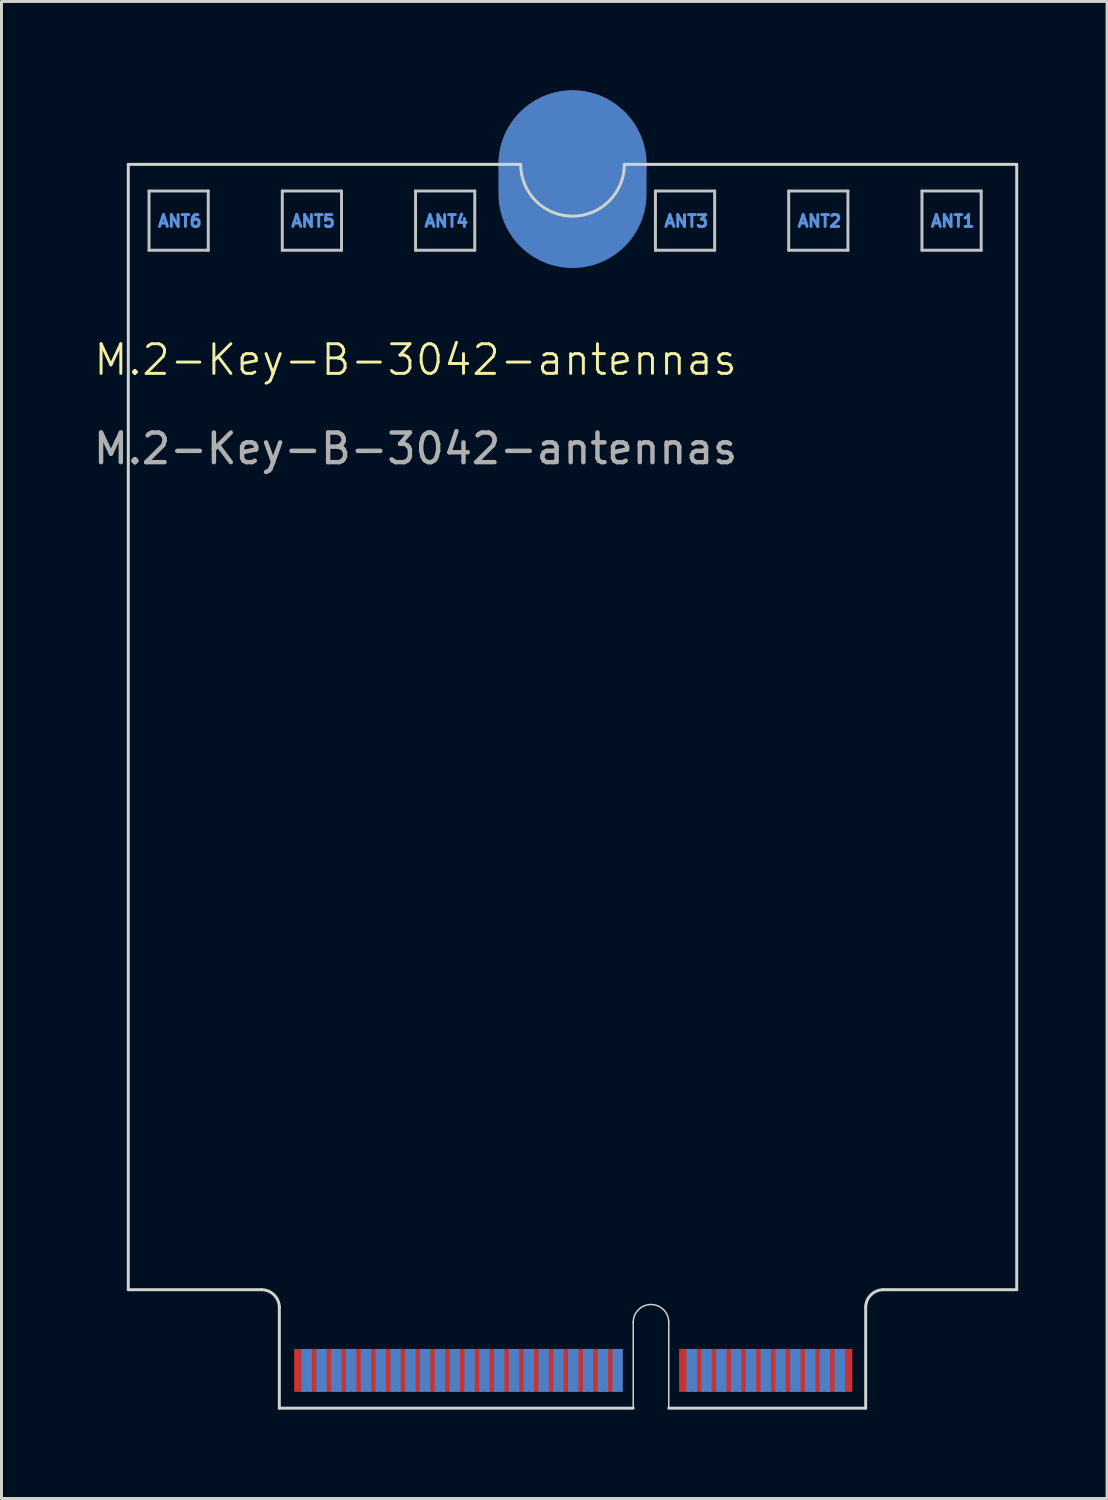
<source format=kicad_pcb>
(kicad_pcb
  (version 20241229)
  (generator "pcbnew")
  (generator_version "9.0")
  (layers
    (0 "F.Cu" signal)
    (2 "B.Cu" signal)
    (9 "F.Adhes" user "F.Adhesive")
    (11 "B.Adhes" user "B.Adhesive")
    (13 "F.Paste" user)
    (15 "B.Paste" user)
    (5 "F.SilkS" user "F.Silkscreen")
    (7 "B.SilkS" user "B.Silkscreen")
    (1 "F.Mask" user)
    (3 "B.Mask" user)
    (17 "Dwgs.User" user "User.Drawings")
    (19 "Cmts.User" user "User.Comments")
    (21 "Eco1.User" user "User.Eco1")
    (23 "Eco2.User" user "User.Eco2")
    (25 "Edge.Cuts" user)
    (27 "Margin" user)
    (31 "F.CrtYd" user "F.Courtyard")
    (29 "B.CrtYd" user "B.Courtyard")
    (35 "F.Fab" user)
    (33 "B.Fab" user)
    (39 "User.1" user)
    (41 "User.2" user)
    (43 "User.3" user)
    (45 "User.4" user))
  (footprint "M.2-Key-B-3042-antennas"
    (layer "F.Cu")
    (at 0.282 1.5)
    (property "Reference" "M.2-Key-B-3042-antennas" (at 10.7 7.6 0) (unlocked yes) (layer "F.SilkS") (effects (font (size 1 1) (thickness 0.1))))
    (attr exclude_from_pos_files exclude_from_bom allow_missing_courtyard)
    (fp_line (start 1.7 1.9) (end 3.7 1.9) (stroke (width 0.1) (type default)) (layer "Dwgs.User"))
    (fp_line (start 1.7 3.9) (end 1.7 1.9) (stroke (width 0.1) (type default)) (layer "Dwgs.User"))
    (fp_line (start 3.7 1.9) (end 3.7 3.9) (stroke (width 0.1) (type default)) (layer "Dwgs.User"))
    (fp_line (start 3.7 3.9) (end 1.7 3.9) (stroke (width 0.1) (type default)) (layer "Dwgs.User"))
    (fp_line (start 6.2 1.9) (end 8.2 1.9) (stroke (width 0.1) (type default)) (layer "Dwgs.User"))
    (fp_line (start 6.2 3.9) (end 6.2 1.9) (stroke (width 0.1) (type default)) (layer "Dwgs.User"))
    (fp_line (start 8.2 1.9) (end 8.2 3.9) (stroke (width 0.1) (type default)) (layer "Dwgs.User"))
    (fp_line (start 8.2 3.9) (end 6.2 3.9) (stroke (width 0.1) (type default)) (layer "Dwgs.User"))
    (fp_line (start 10.7 1.9) (end 12.7 1.9) (stroke (width 0.1) (type default)) (layer "Dwgs.User"))
    (fp_line (start 10.7 3.9) (end 10.7 1.9) (stroke (width 0.1) (type default)) (layer "Dwgs.User"))
    (fp_line (start 12.7 1.9) (end 12.7 3.9) (stroke (width 0.1) (type default)) (layer "Dwgs.User"))
    (fp_line (start 12.7 3.9) (end 10.7 3.9) (stroke (width 0.1) (type default)) (layer "Dwgs.User"))
    (fp_line (start 18.8 1.9) (end 20.8 1.9) (stroke (width 0.1) (type default)) (layer "Dwgs.User"))
    (fp_line (start 18.8 3.9) (end 18.8 1.9) (stroke (width 0.1) (type default)) (layer "Dwgs.User"))
    (fp_line (start 20.8 1.9) (end 20.8 3.9) (stroke (width 0.1) (type default)) (layer "Dwgs.User"))
    (fp_line (start 20.8 3.9) (end 18.8 3.9) (stroke (width 0.1) (type default)) (layer "Dwgs.User"))
    (fp_line (start 23.3 1.9) (end 25.3 1.9) (stroke (width 0.1) (type default)) (layer "Dwgs.User"))
    (fp_line (start 23.3 3.9) (end 23.3 1.9) (stroke (width 0.1) (type default)) (layer "Dwgs.User"))
    (fp_line (start 25.3 1.9) (end 25.3 3.9) (stroke (width 0.1) (type default)) (layer "Dwgs.User"))
    (fp_line (start 25.3 3.9) (end 23.3 3.9) (stroke (width 0.1) (type default)) (layer "Dwgs.User"))
    (fp_line (start 27.8 1.9) (end 29.8 1.9) (stroke (width 0.1) (type default)) (layer "Dwgs.User"))
    (fp_line (start 27.8 3.9) (end 27.8 1.9) (stroke (width 0.1) (type default)) (layer "Dwgs.User"))
    (fp_line (start 29.8 1.9) (end 29.8 3.9) (stroke (width 0.1) (type default)) (layer "Dwgs.User"))
    (fp_line (start 29.8 3.9) (end 27.8 3.9) (stroke (width 0.1) (type default)) (layer "Dwgs.User"))
    (fp_line (start 1 1) (end 1 39) (stroke (width 0.1) (type default)) (layer "Edge.Cuts"))
    (fp_line (start 1 1) (end 14.25 1) (stroke (width 0.1) (type default)) (layer "Edge.Cuts"))
    (fp_line (start 1 39) (end 5.5 39) (stroke (width 0.1) (type default)) (layer "Edge.Cuts"))
    (fp_line (start 6.1 39.6) (end 6.1 43) (stroke (width 0.1) (type default)) (layer "Edge.Cuts"))
    (fp_line (start 6.1 43) (end 18.05 43) (stroke (width 0.1) (type default)) (layer "Edge.Cuts"))
    (fp_line (start 17.75 1) (end 31 1) (stroke (width 0.1) (type default)) (layer "Edge.Cuts"))
    (fp_line (start 18.05 43) (end 18.05 40.1) (stroke (width 0.05) (type default)) (layer "Edge.Cuts"))
    (fp_line (start 19.25 40.1) (end 19.25 43) (stroke (width 0.05) (type default)) (layer "Edge.Cuts"))
    (fp_line (start 19.25 43) (end 25.9 43) (stroke (width 0.1) (type default)) (layer "Edge.Cuts"))
    (fp_line (start 25.9 39.6) (end 25.9 43) (stroke (width 0.1) (type default)) (layer "Edge.Cuts"))
    (fp_line (start 31 1) (end 31 39) (stroke (width 0.1) (type default)) (layer "Edge.Cuts"))
    (fp_line (start 31 39) (end 26.5 39) (stroke (width 0.1) (type default)) (layer "Edge.Cuts"))
    (fp_arc (start 5.5 39) (mid 5.924264 39.175736) (end 6.1 39.6) (stroke (width 0.1) (type default)) (layer "Edge.Cuts"))
    (fp_arc (start 17.75 1) (mid 16 2.75) (end 14.25 1) (stroke (width 0.1) (type default)) (layer "Edge.Cuts"))
    (fp_arc (start 18.05 40.1) (mid 18.65 39.5) (end 19.25 40.1) (stroke (width 0.05) (type default)) (layer "Edge.Cuts"))
    (fp_arc (start 25.9 39.6) (mid 26.075736 39.175736) (end 26.5 39) (stroke (width 0.1) (type default)) (layer "Edge.Cuts"))
    (fp_text user "ANT3" (at 19.05 3.15 0) (unlocked yes) (layer "Cmts.User") (effects (font (size 0.4 0.4) (thickness 0.1) (bold yes)) (justify left bottom)))
    (fp_text user "ANT4" (at 10.95 3.15 0) (unlocked yes) (layer "Cmts.User") (effects (font (size 0.4 0.4) (thickness 0.1) (bold yes)) (justify left bottom)))
    (fp_text user "ANT5" (at 6.45 3.15 0) (unlocked yes) (layer "Cmts.User") (effects (font (size 0.4 0.4) (thickness 0.1) (bold yes)) (justify left bottom)))
    (fp_text user "ANT2" (at 23.55 3.15 0) (unlocked yes) (layer "Cmts.User") (effects (font (size 0.4 0.4) (thickness 0.1) (bold yes)) (justify left bottom)))
    (fp_text user "ANT6" (at 1.95 3.15 0) (unlocked yes) (layer "Cmts.User") (effects (font (size 0.4 0.4) (thickness 0.1) (bold yes)) (justify left bottom)))
    (fp_text user "ANT1" (at 28.05 3.15 0) (unlocked yes) (layer "Cmts.User") (effects (font (size 0.4 0.4) (thickness 0.1) (bold yes)) (justify left bottom)))
    (fp_text user "${REFERENCE}" (at 10.7 10.6 0) (unlocked yes) (layer "F.Fab") (effects (font (size 1 1) (thickness 0.15))))
    (pad "1" connect rect (at 25.275 41.725) (size 0.35 1.45) (layers "F.Cu" "F.Mask"))
    (pad "2" connect rect (at 25.025 41.725) (size 0.35 1.45) (layers "B.Cu" "B.Mask"))
    (pad "3" connect rect (at 24.775 41.725) (size 0.35 1.45) (layers "F.Cu" "F.Mask"))
    (pad "4" connect rect (at 24.525 41.725) (size 0.35 1.45) (layers "B.Cu" "B.Mask"))
    (pad "5" connect rect (at 24.275 41.725) (size 0.35 1.45) (layers "F.Cu" "F.Mask"))
    (pad "6" connect rect (at 24.025 41.725) (size 0.35 1.45) (layers "B.Cu" "B.Mask"))
    (pad "7" connect rect (at 23.775 41.725) (size 0.35 1.45) (layers "F.Cu" "F.Mask"))
    (pad "8" connect rect (at 23.525 41.725) (size 0.35 1.45) (layers "B.Cu" "B.Mask"))
    (pad "9" connect rect (at 23.275 41.725) (size 0.35 1.45) (layers "F.Cu" "F.Mask"))
    (pad "10" connect rect (at 23.025 41.725) (size 0.35 1.45) (layers "B.Cu" "B.Mask"))
    (pad "11" connect rect (at 22.775 41.725) (size 0.35 1.45) (layers "F.Cu" "F.Mask"))
    (pad "12" connect rect (at 22.525 41.725) (size 0.35 1.45) (layers "B.Cu" "B.Mask"))
    (pad "13" connect rect (at 22.275 41.725) (size 0.35 1.45) (layers "F.Cu" "F.Mask"))
    (pad "14" connect rect (at 22.025 41.725) (size 0.35 1.45) (layers "B.Cu" "B.Mask"))
    (pad "15" connect rect (at 21.775 41.725) (size 0.35 1.45) (layers "F.Cu" "F.Mask"))
    (pad "16" connect rect (at 21.525 41.725) (size 0.35 1.45) (layers "B.Cu" "B.Mask"))
    (pad "17" connect rect (at 21.275 41.725) (size 0.35 1.45) (layers "F.Cu" "F.Mask"))
    (pad "18" connect rect (at 21.025 41.725) (size 0.35 1.45) (layers "B.Cu" "B.Mask"))
    (pad "19" connect rect (at 20.775 41.725) (size 0.35 1.45) (layers "F.Cu" "F.Mask"))
    (pad "20" connect rect (at 20.525 41.725) (size 0.35 1.45) (layers "B.Cu" "B.Mask"))
    (pad "21" connect rect (at 20.275 41.725) (size 0.35 1.45) (layers "F.Cu" "F.Mask"))
    (pad "22" connect rect (at 20.025 41.725) (size 0.35 1.45) (layers "B.Cu" "B.Mask"))
    (pad "23" connect rect (at 19.775 41.725) (size 0.35 1.45) (layers "F.Cu" "F.Mask"))
    (pad "32" connect rect (at 17.525 41.725) (size 0.35 1.45) (layers "B.Cu" "B.Mask"))
    (pad "33" connect rect (at 17.275 41.725) (size 0.35 1.45) (layers "F.Cu" "F.Mask"))
    (pad "34" connect rect (at 17.025 41.725) (size 0.35 1.45) (layers "B.Cu" "B.Mask"))
    (pad "35" connect rect (at 16.775 41.725) (size 0.35 1.45) (layers "F.Cu" "F.Mask"))
    (pad "36" connect rect (at 16.525 41.725) (size 0.35 1.45) (layers "B.Cu" "B.Mask"))
    (pad "37" connect rect (at 16.275 41.725) (size 0.35 1.45) (layers "F.Cu" "F.Mask"))
    (pad "38" connect rect (at 16.025 41.725) (size 0.35 1.45) (layers "B.Cu" "B.Mask"))
    (pad "39" connect rect (at 15.775 41.725) (size 0.35 1.45) (layers "F.Cu" "F.Mask"))
    (pad "40" connect rect (at 15.525 41.725) (size 0.35 1.45) (layers "B.Cu" "B.Mask"))
    (pad "41" connect rect (at 15.275 41.725) (size 0.35 1.45) (layers "F.Cu" "F.Mask"))
    (pad "42" connect rect (at 15.025 41.725) (size 0.35 1.45) (layers "B.Cu" "B.Mask"))
    (pad "43" connect rect (at 14.775 41.725) (size 0.35 1.45) (layers "F.Cu" "F.Mask"))
    (pad "44" connect rect (at 14.525 41.725) (size 0.35 1.45) (layers "B.Cu" "B.Mask"))
    (pad "45" connect rect (at 14.275 41.725) (size 0.35 1.45) (layers "F.Cu" "F.Mask"))
    (pad "46" connect rect (at 14.025 41.725) (size 0.35 1.45) (layers "B.Cu" "B.Mask"))
    (pad "47" connect rect (at 13.775 41.725) (size 0.35 1.45) (layers "F.Cu" "F.Mask"))
    (pad "48" connect rect (at 13.525 41.725) (size 0.35 1.45) (layers "B.Cu" "B.Mask"))
    (pad "49" connect rect (at 13.275 41.725) (size 0.35 1.45) (layers "F.Cu" "F.Mask"))
    (pad "50" connect rect (at 13.025 41.725) (size 0.35 1.45) (layers "B.Cu" "B.Mask"))
    (pad "51" connect rect (at 12.775 41.725) (size 0.35 1.45) (layers "F.Cu" "F.Mask"))
    (pad "52" connect rect (at 12.525 41.725) (size 0.35 1.45) (layers "B.Cu" "B.Mask"))
    (pad "53" connect rect (at 12.275 41.725) (size 0.35 1.45) (layers "F.Cu" "F.Mask"))
    (pad "54" connect rect (at 12.025 41.725) (size 0.35 1.45) (layers "B.Cu" "B.Mask"))
    (pad "55" connect rect (at 11.775 41.725) (size 0.35 1.45) (layers "F.Cu" "F.Mask"))
    (pad "56" connect rect (at 11.525 41.725) (size 0.35 1.45) (layers "B.Cu" "B.Mask"))
    (pad "57" connect rect (at 11.275 41.725) (size 0.35 1.45) (layers "F.Cu" "F.Mask"))
    (pad "58" connect rect (at 11.025 41.725) (size 0.35 1.45) (layers "B.Cu" "B.Mask"))
    (pad "59" connect rect (at 10.775 41.725) (size 0.35 1.45) (layers "F.Cu" "F.Mask"))
    (pad "60" connect rect (at 10.525 41.725) (size 0.35 1.45) (layers "B.Cu" "B.Mask"))
    (pad "61" connect rect (at 10.275 41.725) (size 0.35 1.45) (layers "F.Cu" "F.Mask"))
    (pad "62" connect rect (at 10.025 41.725) (size 0.35 1.45) (layers "B.Cu" "B.Mask"))
    (pad "63" connect rect (at 9.775 41.725) (size 0.35 1.45) (layers "F.Cu" "F.Mask"))
    (pad "64" connect rect (at 9.525 41.725) (size 0.35 1.45) (layers "B.Cu" "B.Mask"))
    (pad "65" connect rect (at 9.275 41.725) (size 0.35 1.45) (layers "F.Cu" "F.Mask"))
    (pad "66" connect rect (at 9.025 41.725) (size 0.35 1.45) (layers "B.Cu" "B.Mask"))
    (pad "67" connect rect (at 8.775 41.725) (size 0.35 1.45) (layers "F.Cu" "F.Mask"))
    (pad "68" connect rect (at 8.525 41.725) (size 0.35 1.45) (layers "B.Cu" "B.Mask"))
    (pad "69" connect rect (at 8.275 41.725) (size 0.35 1.45) (layers "F.Cu" "F.Mask"))
    (pad "70" connect rect (at 8.025 41.725) (size 0.35 1.45) (layers "B.Cu" "B.Mask"))
    (pad "71" connect rect (at 7.775 41.725) (size 0.35 1.45) (layers "F.Cu" "F.Mask"))
    (pad "72" connect rect (at 7.525 41.725) (size 0.35 1.45) (layers "B.Cu" "B.Mask"))
    (pad "73" connect rect (at 7.275 41.725) (size 0.35 1.45) (layers "F.Cu" "F.Mask"))
    (pad "74" connect rect (at 7.025 41.725) (size 0.35 1.45) (layers "B.Cu" "B.Mask"))
    (pad "75" connect rect (at 6.775 41.725) (size 0.35 1.45) (layers "F.Cu" "F.Mask"))
    (pad "76" connect circle (at 16 1) (size 5 5) (layers "F.Cu" "F.Mask"))
    (pad "76" connect oval (at 16 1.5) (size 5 6) (layers "B.Cu" "B.Mask"))
    (zone (net_name "") (layer "F.Cu") (name "TOP COMPONENT KEEPOUT") (hatch edge 0.5) (connect_pads) (min_thickness 0.25) (filled_areas_thickness no) (keepout (tracks allowed) (vias allowed) (pads allowed) (copperpour allowed) (footprints not_allowed)) (placement (enabled no)) (fill) (polygon (pts (xy 6.382 44.5) (xy 6.382 40.5) (xy 26.182 40.5) (xy 26.182 44.5))))
    (zone (net_name "") (layers "F.Cu" "B.Cu") (hatch edge 0.5) (connect_pads) (min_thickness 0.25) (filled_areas_thickness no) (keepout (tracks allowed) (vias allowed) (pads not_allowed) (copperpour allowed) (footprints not_allowed)) (placement (enabled no)) (fill) (polygon (pts (xy 31.282 2.5) (xy 31.282 6.2) (xy 30.082 6.2) (xy 30.082 3.4) (xy 28.082 3.4) (xy 28.082 5.4) (xy 30.082 5.4) (xy 30.082 6.2) (xy 25.582 6.2) (xy 25.582 3.4) (xy 23.582 3.4) (xy 23.582 5.4) (xy 25.582 5.4) (xy 25.582 6.2) (xy 21.082 6.2) (xy 21.082 3.4) (xy 19.082 3.4) (xy 19.082 5.4) (xy 21.082 5.4) (xy 21.082 6.2) (xy 12.982 6.2) (xy 12.982 3.4) (xy 10.982 3.4) (xy 10.982 5.4) (xy 12.982 5.4) (xy 12.982 6.2) (xy 8.482 6.2) (xy 8.482 3.4) (xy 6.482 3.4) (xy 6.482 5.4) (xy 8.482 5.4) (xy 8.482 6.2) (xy 3.982 6.2) (xy 3.982 3.4) (xy 1.982 3.4) (xy 1.982 5.4) (xy 3.982 5.4) (xy 3.982 6.2) (xy 1.282 6.2) (xy 1.282 2.5))))
    (zone (net_name "") (layers "F.Cu" "Dwgs.User") (name "ANT1") (hatch edge 0.5) (connect_pads) (min_thickness 0.25) (filled_areas_thickness no) (keepout (tracks allowed) (vias allowed) (pads allowed) (copperpour not_allowed) (footprints allowed)) (placement (enabled no)) (fill) (polygon (pts (xy 1.982 3.4) (xy 3.982 3.4) (xy 3.982 5.4) (xy 1.982 5.4))))
    (zone (net_name "") (layers "F.Cu" "Dwgs.User") (name "ANT1") (hatch edge 0.5) (connect_pads) (min_thickness 0.25) (filled_areas_thickness no) (keepout (tracks allowed) (vias allowed) (pads allowed) (copperpour not_allowed) (footprints allowed)) (placement (enabled no)) (fill) (polygon (pts (xy 6.482 3.4) (xy 8.482 3.4) (xy 8.482 5.4) (xy 6.482 5.4))))
    (zone (net_name "") (layers "F.Cu" "Dwgs.User") (name "ANT1") (hatch edge 0.5) (connect_pads) (min_thickness 0.25) (filled_areas_thickness no) (keepout (tracks allowed) (vias allowed) (pads allowed) (copperpour not_allowed) (footprints allowed)) (placement (enabled no)) (fill) (polygon (pts (xy 10.982 3.4) (xy 12.982 3.4) (xy 12.982 5.4) (xy 10.982 5.4))))
    (zone (net_name "") (layers "F.Cu" "Dwgs.User") (name "ANT1") (hatch edge 0.5) (connect_pads) (min_thickness 0.25) (filled_areas_thickness no) (keepout (tracks allowed) (vias allowed) (pads allowed) (copperpour not_allowed) (footprints allowed)) (placement (enabled no)) (fill) (polygon (pts (xy 19.082 3.4) (xy 21.082 3.4) (xy 21.082 5.4) (xy 19.082 5.4))))
    (zone (net_name "") (layers "F.Cu" "Dwgs.User") (name "ANT1") (hatch edge 0.5) (connect_pads) (min_thickness 0.25) (filled_areas_thickness no) (keepout (tracks allowed) (vias allowed) (pads allowed) (copperpour not_allowed) (footprints allowed)) (placement (enabled no)) (fill) (polygon (pts (xy 23.582 3.4) (xy 25.582 3.4) (xy 25.582 5.4) (xy 23.582 5.4))))
    (zone (net_name "") (layers "F.Cu" "Dwgs.User") (name "ANT1") (hatch edge 0.5) (connect_pads) (min_thickness 0.25) (filled_areas_thickness no) (keepout (tracks allowed) (vias allowed) (pads allowed) (copperpour not_allowed) (footprints allowed)) (placement (enabled no)) (fill) (polygon (pts (xy 28.082 3.4) (xy 30.082 3.4) (xy 30.082 5.4) (xy 28.082 5.4))))
    (zone (net_name "") (layer "B.Cu") (name "BOTTOM COMPONENT KEEPOUT") (hatch edge 0.5) (connect_pads) (min_thickness 0.25) (filled_areas_thickness no) (keepout (tracks allowed) (vias allowed) (pads allowed) (copperpour allowed) (footprints not_allowed)) (placement (enabled no)) (fill) (polygon (pts (xy 6.382 44.5) (xy 26.182 44.5) (xy 26.182 40.5) (xy 27.282 40.5) (xy 27.282 39.3) (xy 5.282 39.3) (xy 5.282 40.5) (xy 6.382 40.5)))))
  (gr_rect
    (start -3 -3)
    (end 34.332 47.55)
    (stroke (width 0.1) (type default))
    (fill no)
    (layer "Edge.Cuts")))
</source>
